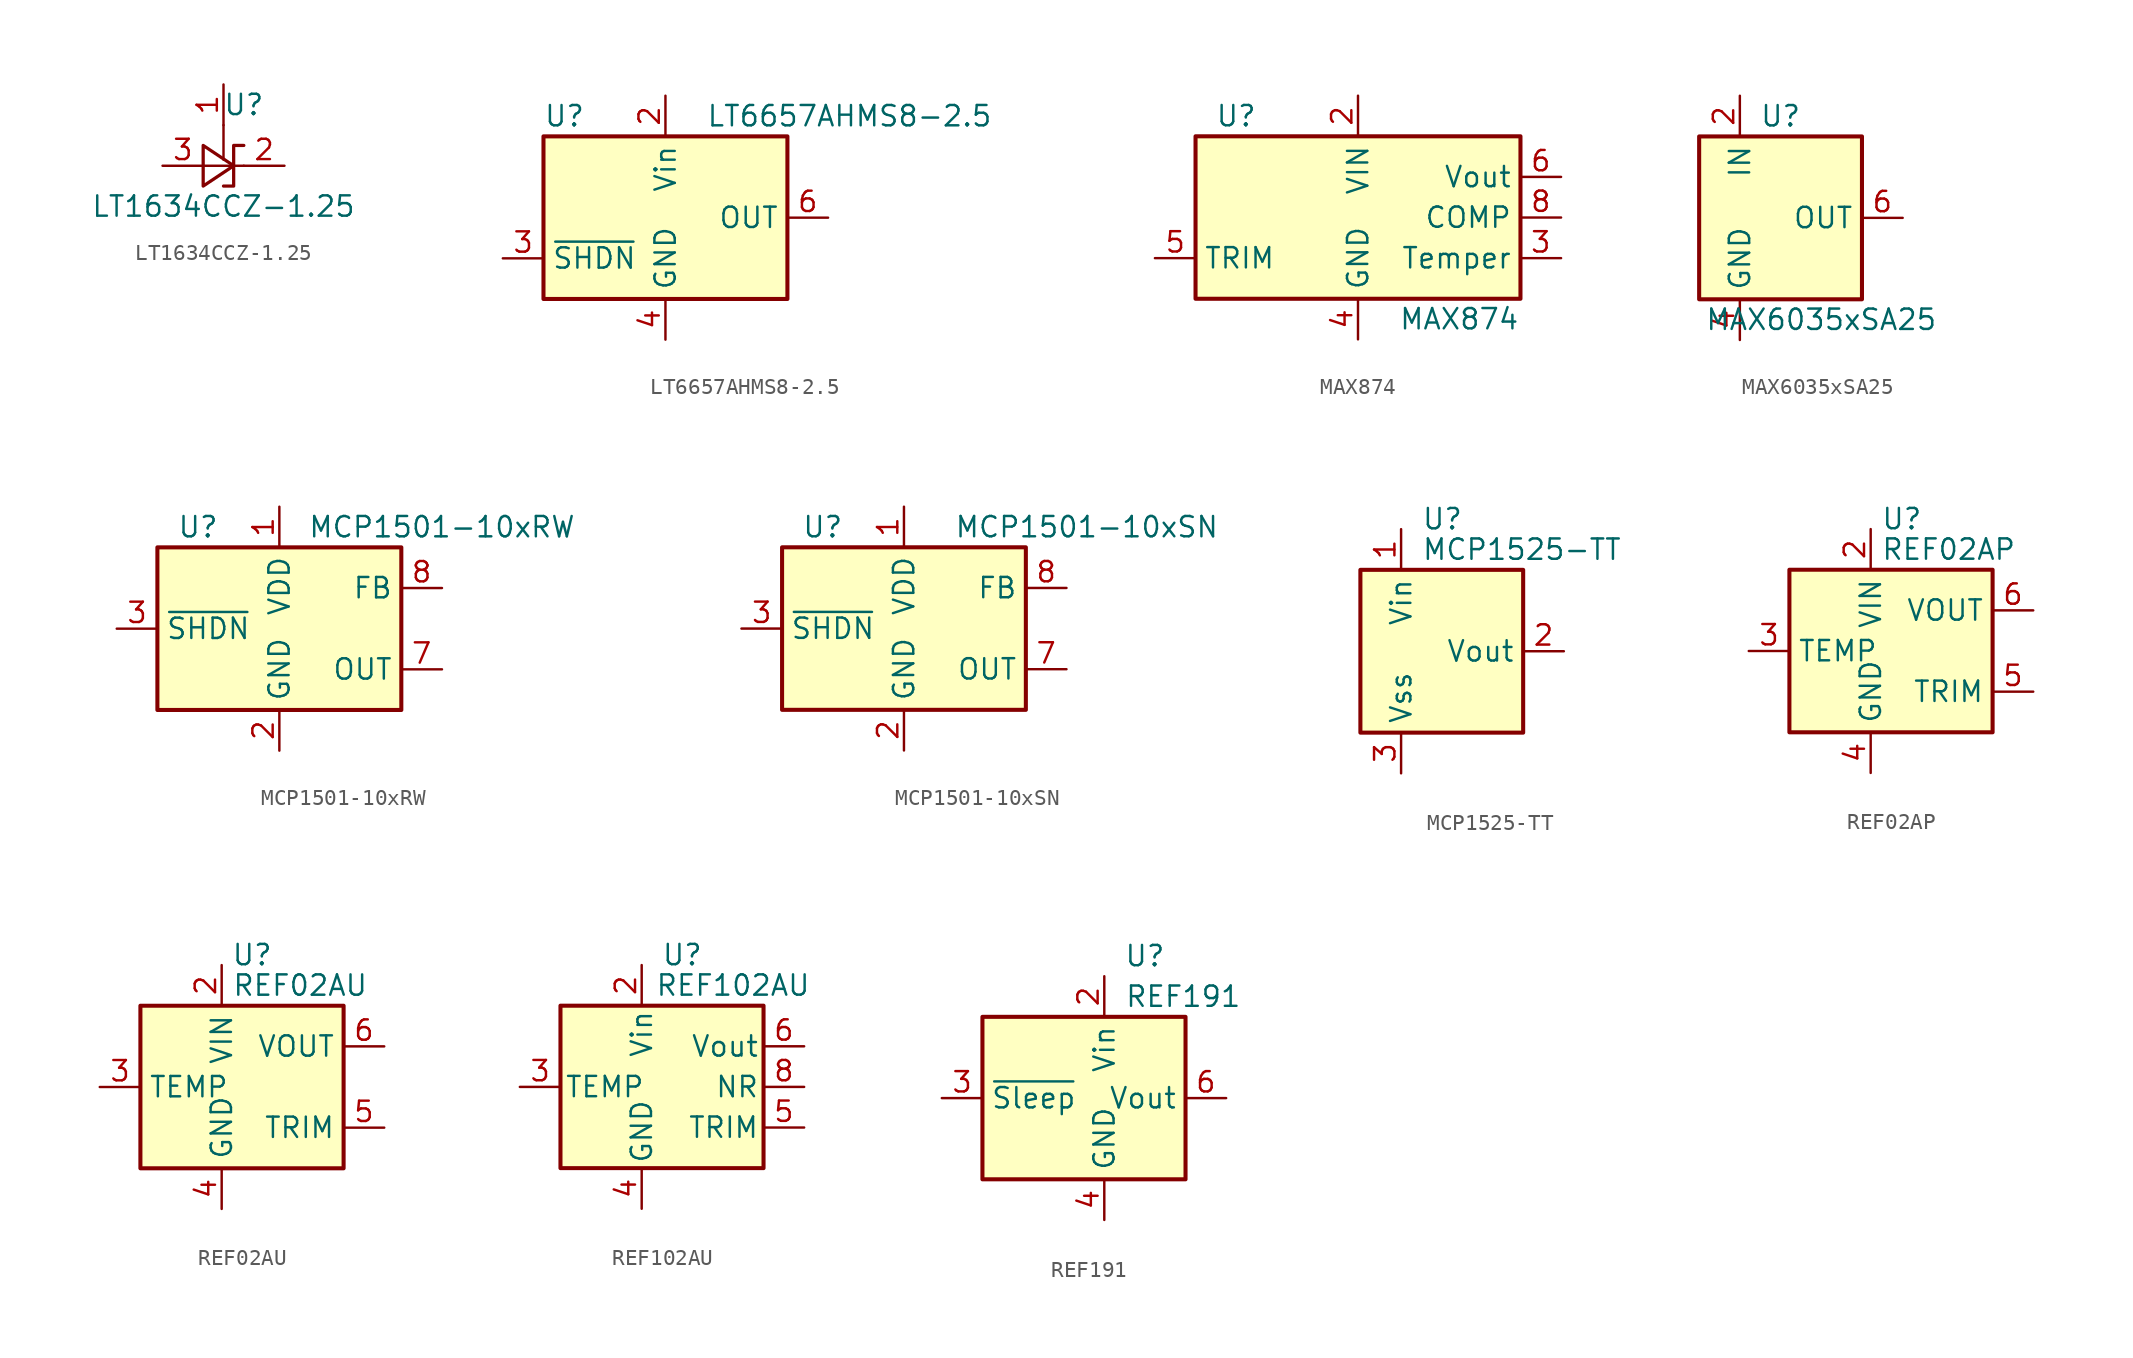
<source format=kicad_sym>
(kicad_symbol_lib
  (version 20220914)
  (generator kicad_symbol_editor)
  (symbol "LT1634CCZ-1.25"
    (pin_names hide)
    (property "Reference" "U"
      (at 1.27 3.81 0)
      (effects (font (size 1.27 1.27))))
    (property "Value" "LT1634CCZ-1.25"
      (at 0 -2.54 0)
      (effects (font (size 1.27 1.27))))
    (symbol "LT1634CCZ-1.25_1_1"
      (polyline (pts (xy 0 2.54) (xy 0 0.381)) (stroke (width 0) (type default)) (fill (type none)))
      (polyline (pts (xy -1.27 0) (xy 0 0) (xy 1.27 0)) (stroke (width 0) (type default)) (fill (type none)))
      (polyline (pts (xy -1.27 -1.27) (xy 0.635 0) (xy -1.27 1.27) (xy -1.27 -1.27)) (stroke (width 0.203) (type default)) (fill (type none)))
      (polyline (pts (xy 0 -1.27) (xy 0.635 -1.27) (xy 0.635 1.27) (xy 1.27 1.27)) (stroke (width 0.203) (type default)) (fill (type none)))
      (pin input line (at 0 5.08 270) (length 2.54) (name "Test" (effects (font (size 1.27 1.27)))) (number "1" (effects (font (size 1.27 1.27)))))
      (pin passive line (at 3.81 0 180) (length 2.54) (name "K" (effects (font (size 1.27 1.27)))) (number "2" (effects (font (size 1.27 1.27)))))
      (pin passive line (at -3.81 0 0) (length 2.54) (name "A" (effects (font (size 1.27 1.27)))) (number "3" (effects (font (size 1.27 1.27)))))))
  (symbol "LT6657AHMS8-2.5"
    (property "Reference" "U"
      (at -7.62 6.35 0)
      (effects (font (size 1.27 1.27)) (justify left)))
    (property "Value" "LT6657AHMS8-2.5"
      (at 2.54 6.35 0)
      (effects (font (size 1.27 1.27)) (justify left)))
    (symbol "LT6657AHMS8-2.5_0_1"
      (rectangle (start -7.62 5.08) (end 7.62 -5.08) (stroke (width 0.254) (type default)) (fill (type background))))
    (symbol "LT6657AHMS8-2.5_1_1"
      (pin no_connect line (at 7.62 -2.54 180) (length 2.54) hide (name "DNC" (effects (font (size 1.27 1.27)))) (number "1" (effects (font (size 1.27 1.27)))))
      (pin power_in line (at 0 7.62 270) (length 2.54) (name "Vin" (effects (font (size 1.27 1.27)))) (number "2" (effects (font (size 1.27 1.27)))))
      (pin input line (at -10.16 -2.54 0) (length 2.54) (name "~{SHDN}" (effects (font (size 1.27 1.27)))) (number "3" (effects (font (size 1.27 1.27)))))
      (pin power_in line (at 0 -7.62 90) (length 2.54) (name "GND" (effects (font (size 1.27 1.27)))) (number "4" (effects (font (size 1.27 1.27)))))
      (pin no_connect line (at -7.62 0 0) (length 2.54) hide (name "DNC" (effects (font (size 1.27 1.27)))) (number "5" (effects (font (size 1.27 1.27)))))
      (pin power_out line (at 10.16 0 180) (length 2.54) (name "OUT" (effects (font (size 1.27 1.27)))) (number "6" (effects (font (size 1.27 1.27)))))
      (pin no_connect line (at -7.62 2.54 0) (length 2.54) hide (name "DNC" (effects (font (size 1.27 1.27)))) (number "7" (effects (font (size 1.27 1.27)))))
      (pin no_connect line (at 7.62 2.54 180) (length 2.54) hide (name "DNC" (effects (font (size 1.27 1.27)))) (number "8" (effects (font (size 1.27 1.27)))))))
  (symbol "MAX874"
    (property "Reference" "U"
      (at -7.62 6.35 0)
      (effects (font (size 1.27 1.27))))
    (property "Value" "MAX874"
      (at 2.54 -6.35 0)
      (effects (font (size 1.27 1.27)) (justify left)))
    (symbol "MAX874_0_1"
      (rectangle (start -10.16 5.08) (end 10.16 -5.08) (stroke (width 0.254) (type default)) (fill (type background))))
    (symbol "MAX874_1_1"
      (pin no_connect line (at -10.16 0 0) (length 2.54) hide (name "IC" (effects (font (size 1.27 1.27)))) (number "1" (effects (font (size 1.27 1.27)))))
      (pin power_in line (at 0 7.62 270) (length 2.54) (name "VIN" (effects (font (size 1.27 1.27)))) (number "2" (effects (font (size 1.27 1.27)))))
      (pin output line (at 12.7 -2.54 180) (length 2.54) (name "Temper" (effects (font (size 1.27 1.27)))) (number "3" (effects (font (size 1.27 1.27)))))
      (pin power_in line (at 0 -7.62 90) (length 2.54) (name "GND" (effects (font (size 1.27 1.27)))) (number "4" (effects (font (size 1.27 1.27)))))
      (pin input line (at -12.7 -2.54 0) (length 2.54) (name "TRIM" (effects (font (size 1.27 1.27)))) (number "5" (effects (font (size 1.27 1.27)))))
      (pin power_out line (at 12.7 2.54 180) (length 2.54) (name "Vout" (effects (font (size 1.27 1.27)))) (number "6" (effects (font (size 1.27 1.27)))))
      (pin no_connect line (at -2.54 -5.08 90) (length 2.54) hide (name "IC" (effects (font (size 1.27 1.27)))) (number "7" (effects (font (size 1.27 1.27)))))
      (pin passive line (at 12.7 0 180) (length 2.54) (name "COMP" (effects (font (size 1.27 1.27)))) (number "8" (effects (font (size 1.27 1.27)))))))
  (symbol "MAX6035xSA25"
    (property "Reference" "U"
      (at 0 6.35 0)
      (effects (font (size 1.27 1.27))))
    (property "Value" "MAX6035xSA25"
      (at 2.54 -6.35 0)
      (effects (font (size 1.27 1.27))))
    (symbol "MAX6035xSA25_0_0"
      (pin no_connect line (at -5.08 0 0) (length 2.54) hide (name "NC" (effects (font (size 1.27 1.27)))) (number "3" (effects (font (size 1.27 1.27)))))
      (pin no_connect line (at 5.08 2.54 180) (length 2.54) hide (name "NC" (effects (font (size 1.27 1.27)))) (number "7" (effects (font (size 1.27 1.27)))))
      (pin no_connect line (at 5.08 -2.54 180) (length 2.54) hide (name "NC" (effects (font (size 1.27 1.27)))) (number "8" (effects (font (size 1.27 1.27))))))
    (symbol "MAX6035xSA25_0_1"
      (rectangle (start -5.08 5.08) (end 5.08 -5.08) (stroke (width 0.254) (type default)) (fill (type background))))
    (symbol "MAX6035xSA25_1_1"
      (pin no_connect line (at -5.08 2.54 0) (length 2.54) hide (name "NC" (effects (font (size 1.27 1.27)))) (number "1" (effects (font (size 1.27 1.27)))))
      (pin power_in line (at -2.54 7.62 270) (length 2.54) (name "IN" (effects (font (size 1.27 1.27)))) (number "2" (effects (font (size 1.27 1.27)))))
      (pin power_in line (at -2.54 -7.62 90) (length 2.54) (name "GND" (effects (font (size 1.27 1.27)))) (number "4" (effects (font (size 1.27 1.27)))))
      (pin no_connect line (at -5.08 -2.54 0) (length 2.54) hide (name "NC" (effects (font (size 1.27 1.27)))) (number "5" (effects (font (size 1.27 1.27)))))
      (pin power_out line (at 7.62 0 180) (length 2.54) (name "OUT" (effects (font (size 1.27 1.27)))) (number "6" (effects (font (size 1.27 1.27)))))))
  (symbol "MCP1501-10xRW"
    (property "Reference" "U"
      (at -5.08 6.35 0)
      (effects (font (size 1.27 1.27))))
    (property "Value" "MCP1501-10xRW"
      (at 10.16 6.35 0)
      (effects (font (size 1.27 1.27))))
    (symbol "MCP1501-10xRW_0_0"
      (pin power_in line (at 0 7.62 270) (length 2.54) (name "VDD" (effects (font (size 1.27 1.27)))) (number "1" (effects (font (size 1.27 1.27)))))
      (pin power_in line (at 0 -7.62 90) (length 2.54) (name "GND" (effects (font (size 1.27 1.27)))) (number "2" (effects (font (size 1.27 1.27)))))
      (pin input line (at -10.16 0 0) (length 2.54) (name "~{SHDN}" (effects (font (size 1.27 1.27)))) (number "3" (effects (font (size 1.27 1.27)))))
      (pin passive line (at 0 -7.62 90) (length 2.54) hide (name "GND" (effects (font (size 1.27 1.27)))) (number "4" (effects (font (size 1.27 1.27)))))
      (pin passive line (at 0 -7.62 90) (length 2.54) hide (name "GND" (effects (font (size 1.27 1.27)))) (number "5" (effects (font (size 1.27 1.27)))))
      (pin passive line (at 0 -7.62 90) (length 2.54) hide (name "GND" (effects (font (size 1.27 1.27)))) (number "6" (effects (font (size 1.27 1.27)))))
      (pin power_out line (at 10.16 -2.54 180) (length 2.54) (name "OUT" (effects (font (size 1.27 1.27)))) (number "7" (effects (font (size 1.27 1.27)))))
      (pin input line (at 10.16 2.54 180) (length 2.54) (name "FB" (effects (font (size 1.27 1.27)))) (number "8" (effects (font (size 1.27 1.27))))))
    (symbol "MCP1501-10xRW_0_1"
      (rectangle (start -7.62 5.08) (end 7.62 -5.08) (stroke (width 0.254) (type default)) (fill (type background)))))
  (symbol "MCP1501-10xSN"
    (property "Reference" "U"
      (at -5.08 6.35 0)
      (effects (font (size 1.27 1.27))))
    (property "Value" "MCP1501-10xSN"
      (at 11.43 6.35 0)
      (effects (font (size 1.27 1.27))))
    (symbol "MCP1501-10xSN_0_0"
      (pin power_in line (at 0 7.62 270) (length 2.54) (name "VDD" (effects (font (size 1.27 1.27)))) (number "1" (effects (font (size 1.27 1.27)))))
      (pin power_in line (at 0 -7.62 90) (length 2.54) (name "GND" (effects (font (size 1.27 1.27)))) (number "2" (effects (font (size 1.27 1.27)))))
      (pin input line (at -10.16 0 0) (length 2.54) (name "~{SHDN}" (effects (font (size 1.27 1.27)))) (number "3" (effects (font (size 1.27 1.27)))))
      (pin passive line (at 0 -7.62 90) (length 2.54) hide (name "GND" (effects (font (size 1.27 1.27)))) (number "4" (effects (font (size 1.27 1.27)))))
      (pin passive line (at 0 -7.62 90) (length 2.54) hide (name "GND" (effects (font (size 1.27 1.27)))) (number "5" (effects (font (size 1.27 1.27)))))
      (pin passive line (at 0 -7.62 90) (length 2.54) hide (name "GND" (effects (font (size 1.27 1.27)))) (number "6" (effects (font (size 1.27 1.27)))))
      (pin power_out line (at 10.16 -2.54 180) (length 2.54) (name "OUT" (effects (font (size 1.27 1.27)))) (number "7" (effects (font (size 1.27 1.27)))))
      (pin input line (at 10.16 2.54 180) (length 2.54) (name "FB" (effects (font (size 1.27 1.27)))) (number "8" (effects (font (size 1.27 1.27))))))
    (symbol "MCP1501-10xSN_0_1"
      (rectangle (start -7.62 5.08) (end 7.62 -5.08) (stroke (width 0.254) (type default)) (fill (type background)))))
  (symbol "MCP1525-TT"
    (property "Reference" "U"
      (at 1.27 8.255 0)
      (effects (font (size 1.27 1.27)) (justify left)))
    (property "Value" "MCP1525-TT"
      (at 1.27 6.35 0)
      (effects (font (size 1.27 1.27)) (justify left)))
    (symbol "MCP1525-TT_0_1"
      (rectangle (start -2.54 5.08) (end 7.62 -5.08) (stroke (width 0.254) (type default)) (fill (type background))))
    (symbol "MCP1525-TT_1_1"
      (pin power_in line (at 0 7.62 270) (length 2.54) (name "Vin" (effects (font (size 1.27 1.27)))) (number "1" (effects (font (size 1.27 1.27)))))
      (pin power_out line (at 10.16 0 180) (length 2.54) (name "Vout" (effects (font (size 1.27 1.27)))) (number "2" (effects (font (size 1.27 1.27)))))
      (pin power_in line (at 0 -7.62 90) (length 2.54) (name "Vss" (effects (font (size 1.27 1.27)))) (number "3" (effects (font (size 1.27 1.27)))))))
  (symbol "REF02AP"
    (property "Reference" "U"
      (at 0.635 8.255 0)
      (effects (font (size 1.27 1.27)) (justify left)))
    (property "Value" "REF02AP"
      (at 0.635 6.35 0)
      (effects (font (size 1.27 1.27)) (justify left)))
    (symbol "REF02AP_0_1"
      (rectangle (start -5.08 5.08) (end 7.62 -5.08) (stroke (width 0.254) (type default)) (fill (type background))))
    (symbol "REF02AP_1_1"
      (pin no_connect line (at 2.54 -5.08 90) (length 2.54) hide (name "NC" (effects (font (size 1.27 1.27)))) (number "1" (effects (font (size 1.27 1.27)))))
      (pin power_in line (at 0 7.62 270) (length 2.54) (name "VIN" (effects (font (size 1.27 1.27)))) (number "2" (effects (font (size 1.27 1.27)))))
      (pin passive line (at -7.62 0 0) (length 2.54) (name "TEMP" (effects (font (size 1.27 1.27)))) (number "3" (effects (font (size 1.27 1.27)))))
      (pin power_in line (at 0 -7.62 90) (length 2.54) (name "GND" (effects (font (size 1.27 1.27)))) (number "4" (effects (font (size 1.27 1.27)))))
      (pin passive line (at 10.16 -2.54 180) (length 2.54) (name "TRIM" (effects (font (size 1.27 1.27)))) (number "5" (effects (font (size 1.27 1.27)))))
      (pin power_out line (at 10.16 2.54 180) (length 2.54) (name "VOUT" (effects (font (size 1.27 1.27)))) (number "6" (effects (font (size 1.27 1.27)))))
      (pin no_connect line (at -2.54 -5.08 90) (length 2.54) hide (name "NC" (effects (font (size 1.27 1.27)))) (number "7" (effects (font (size 1.27 1.27)))))
      (pin no_connect line (at 7.62 0 180) (length 2.54) hide (name "NC" (effects (font (size 1.27 1.27)))) (number "8" (effects (font (size 1.27 1.27)))))))
  (symbol "REF02AU"
    (property "Reference" "U"
      (at 1.905 8.255 0)
      (effects (font (size 1.27 1.27))))
    (property "Value" "REF02AU"
      (at 0.635 6.35 0)
      (effects (font (size 1.27 1.27)) (justify left)))
    (symbol "REF02AU_0_1"
      (rectangle (start -5.08 5.08) (end 7.62 -5.08) (stroke (width 0.254) (type default)) (fill (type background))))
    (symbol "REF02AU_1_1"
      (pin no_connect line (at 2.54 -5.08 90) (length 2.54) hide (name "NC" (effects (font (size 1.27 1.27)))) (number "1" (effects (font (size 1.27 1.27)))))
      (pin power_in line (at 0 7.62 270) (length 2.54) (name "VIN" (effects (font (size 1.27 1.27)))) (number "2" (effects (font (size 1.27 1.27)))))
      (pin passive line (at -7.62 0 0) (length 2.54) (name "TEMP" (effects (font (size 1.27 1.27)))) (number "3" (effects (font (size 1.27 1.27)))))
      (pin power_in line (at 0 -7.62 90) (length 2.54) (name "GND" (effects (font (size 1.27 1.27)))) (number "4" (effects (font (size 1.27 1.27)))))
      (pin passive line (at 10.16 -2.54 180) (length 2.54) (name "TRIM" (effects (font (size 1.27 1.27)))) (number "5" (effects (font (size 1.27 1.27)))))
      (pin power_out line (at 10.16 2.54 180) (length 2.54) (name "VOUT" (effects (font (size 1.27 1.27)))) (number "6" (effects (font (size 1.27 1.27)))))
      (pin no_connect line (at -2.54 -5.08 90) (length 2.54) hide (name "NC" (effects (font (size 1.27 1.27)))) (number "7" (effects (font (size 1.27 1.27)))))
      (pin no_connect line (at 7.62 0 180) (length 2.54) hide (name "NC" (effects (font (size 1.27 1.27)))) (number "8" (effects (font (size 1.27 1.27)))))))
  (symbol "REF102AU"
    (pin_names
      (offset 0.254))
    (property "Reference" "U"
      (at 0 8.255 0)
      (effects (font (size 1.27 1.27))))
    (property "Value" "REF102AU"
      (at 3.175 6.35 0)
      (effects (font (size 1.27 1.27))))
    (symbol "REF102AU_0_1"
      (rectangle (start -7.62 5.08) (end 5.08 -5.08) (stroke (width 0.254) (type default)) (fill (type background))))
    (symbol "REF102AU_1_1"
      (pin no_connect line (at -5.08 -5.08 90) (length 2.54) hide (name "NC" (effects (font (size 1.27 1.27)))) (number "1" (effects (font (size 1.27 1.27)))))
      (pin power_in line (at -2.54 7.62 270) (length 2.54) (name "Vin" (effects (font (size 1.27 1.27)))) (number "2" (effects (font (size 1.27 1.27)))))
      (pin passive line (at -10.16 0 0) (length 2.54) (name "TEMP" (effects (font (size 1.27 1.27)))) (number "3" (effects (font (size 1.27 1.27)))))
      (pin power_in line (at -2.54 -7.62 90) (length 2.54) (name "GND" (effects (font (size 1.27 1.27)))) (number "4" (effects (font (size 1.27 1.27)))))
      (pin passive line (at 7.62 -2.54 180) (length 2.54) (name "TRIM" (effects (font (size 1.27 1.27)))) (number "5" (effects (font (size 1.27 1.27)))))
      (pin power_out line (at 7.62 2.54 180) (length 2.54) (name "Vout" (effects (font (size 1.27 1.27)))) (number "6" (effects (font (size 1.27 1.27)))))
      (pin no_connect line (at 0 -5.08 90) (length 2.54) hide (name "NC" (effects (font (size 1.27 1.27)))) (number "7" (effects (font (size 1.27 1.27)))))
      (pin passive line (at 7.62 0 180) (length 2.54) (name "NR" (effects (font (size 1.27 1.27)))) (number "8" (effects (font (size 1.27 1.27)))))))
  (symbol "REF191"
    (property "Reference" "U"
      (at 2.54 8.89 0)
      (effects (font (size 1.27 1.27))))
    (property "Value" "REF191"
      (at 1.27 6.35 0)
      (effects (font (size 1.27 1.27)) (justify left)))
    (symbol "REF191_0_1"
      (rectangle (start -7.62 5.08) (end 5.08 -5.08) (stroke (width 0.254) (type default)) (fill (type background))))
    (symbol "REF191_1_1"
      (pin no_connect line (at -7.62 2.54 0) (length 2.54) hide (name "TP" (effects (font (size 1.27 1.27)))) (number "1" (effects (font (size 1.27 1.27)))))
      (pin power_in line (at 0 7.62 270) (length 2.54) (name "Vin" (effects (font (size 1.27 1.27)))) (number "2" (effects (font (size 1.27 1.27)))))
      (pin input line (at -10.16 0 0) (length 2.54) (name "~{Sleep}" (effects (font (size 1.27 1.27)))) (number "3" (effects (font (size 1.27 1.27)))))
      (pin power_in line (at 0 -7.62 90) (length 2.54) (name "GND" (effects (font (size 1.27 1.27)))) (number "4" (effects (font (size 1.27 1.27)))))
      (pin no_connect line (at -5.08 -5.08 90) (length 2.54) hide (name "TP" (effects (font (size 1.27 1.27)))) (number "5" (effects (font (size 1.27 1.27)))))
      (pin power_out line (at 7.62 0 180) (length 2.54) (name "Vout" (effects (font (size 1.27 1.27)))) (number "6" (effects (font (size 1.27 1.27)))))
      (pin no_connect line (at -2.54 -5.08 90) (length 2.54) hide (name "NC" (effects (font (size 1.27 1.27)))) (number "7" (effects (font (size 1.27 1.27)))))
      (pin no_connect line (at 2.54 -5.08 90) (length 2.54) hide (name "NC" (effects (font (size 1.27 1.27)))) (number "8" (effects (font (size 1.27 1.27))))))))
</source>
